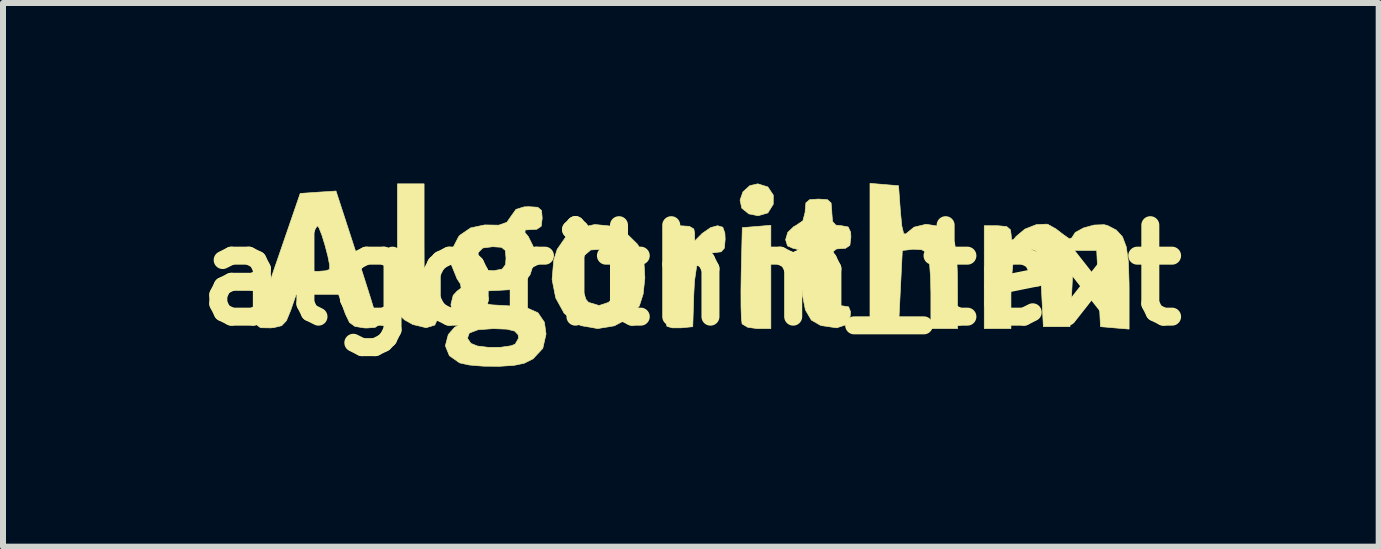
<source format=kicad_pcb>
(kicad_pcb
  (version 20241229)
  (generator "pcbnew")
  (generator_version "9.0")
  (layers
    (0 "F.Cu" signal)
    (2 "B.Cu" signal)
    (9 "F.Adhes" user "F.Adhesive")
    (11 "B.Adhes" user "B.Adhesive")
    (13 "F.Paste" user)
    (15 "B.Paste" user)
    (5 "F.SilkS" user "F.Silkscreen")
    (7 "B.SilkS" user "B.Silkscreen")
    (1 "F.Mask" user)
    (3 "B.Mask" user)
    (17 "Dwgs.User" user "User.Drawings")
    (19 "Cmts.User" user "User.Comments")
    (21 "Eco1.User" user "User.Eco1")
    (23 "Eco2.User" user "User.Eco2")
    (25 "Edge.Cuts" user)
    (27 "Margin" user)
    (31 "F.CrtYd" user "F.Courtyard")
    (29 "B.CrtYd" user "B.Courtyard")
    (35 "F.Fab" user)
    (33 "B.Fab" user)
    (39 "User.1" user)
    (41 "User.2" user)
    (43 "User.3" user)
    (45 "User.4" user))
  (footprint "algorithm_text"
    (layer "F.Cu")
    (at 8.462 1.537)
    (property "Reference" "algorithm_text" (at 0 0 0) (layer "F.SilkS") (effects (font (size 1.524 1.524) (thickness 0.3))))
    (attr through_hole)
    (fp_poly (pts (xy 1.283 -1.472) (xy 1.374 -1.336) (xy 1.373 -1.183) (xy 1.283 -1.039) (xy 1.122 -0.992) (xy 0.966 -1.023) (xy 0.849 -1.118) (xy 0.82 -1.252) (xy 0.868 -1.39) (xy 0.982 -1.493) (xy 1.116 -1.524) (xy 1.283 -1.472)) (stroke (width 0.01) (type solid)) (fill yes) (layer "F.SilkS"))
    (fp_poly (pts (xy 1.333 0.889) (xy 1.109 0.889) (xy 0.948 0.867) (xy 0.857 0.813) (xy 0.853 0.806) (xy 0.842 0.713) (xy 0.836 0.521) (xy 0.835 0.258) (xy 0.839 -0.035) (xy 0.857 -0.794) (xy 1.095 -0.813) (xy 1.333 -0.833) (xy 1.333 0.889)) (stroke (width 0.01) (type solid)) (fill yes) (layer "F.SilkS"))
    (fp_poly (pts (xy -4.445 -0.534) (xy -4.444 -0.159) (xy -4.44 0.108) (xy -4.43 0.287) (xy -4.412 0.396) (xy -4.384 0.454) (xy -4.342 0.482) (xy -4.315 0.49) (xy -4.217 0.554) (xy -4.203 0.691) (xy -4.267 0.83) (xy -4.411 0.874) (xy -4.629 0.821) (xy -4.634 0.82) (xy -4.77 0.744) (xy -4.839 0.679) (xy -4.855 0.593) (xy -4.869 0.403) (xy -4.88 0.131) (xy -4.887 -0.2) (xy -4.889 -0.46) (xy -4.889 -1.524) (xy -4.445 -1.524) (xy -4.445 -0.534)) (stroke (width 0.01) (type solid)) (fill yes) (layer "F.SilkS"))
    (fp_poly (pts (xy 3.223 -1.512) (xy 3.461 -1.492) (xy 3.493 -1.048) (xy 3.516 -0.819) (xy 3.546 -0.695) (xy 3.578 -0.687) (xy 3.72 -0.802) (xy 3.92 -0.85) (xy 4.106 -0.821) (xy 4.242 -0.757) (xy 4.336 -0.669) (xy 4.395 -0.536) (xy 4.428 -0.334) (xy 4.441 -0.041) (xy 4.443 0.175) (xy 4.445 0.889) (xy 4 0.889) (xy 4 0.302) (xy 3.994 0.034) (xy 3.978 -0.191) (xy 3.957 -0.337) (xy 3.945 -0.37) (xy 3.846 -0.426) (xy 3.708 -0.434) (xy 3.524 -0.413) (xy 3.461 0.857) (xy 2.985 0.897) (xy 2.985 -1.532) (xy 3.223 -1.512)) (stroke (width 0.01) (type solid)) (fill yes) (layer "F.SilkS"))
    (fp_poly (pts (xy 0.532 -0.801) (xy 0.567 -0.704) (xy 0.572 -0.603) (xy 0.559 -0.452) (xy 0.505 -0.391) (xy 0.425 -0.381) (xy 0.267 -0.361) (xy 0.161 -0.289) (xy 0.096 -0.144) (xy 0.061 0.094) (xy 0.049 0.318) (xy 0.032 0.857) (xy -0.161 0.876) (xy -0.312 0.876) (xy -0.399 0.85) (xy -0.416 0.772) (xy -0.43 0.594) (xy -0.44 0.339) (xy -0.444 0.034) (xy -0.445 -0.011) (xy -0.445 -0.826) (xy -0.191 -0.826) (xy -0.024 -0.815) (xy 0.049 -0.772) (xy 0.064 -0.699) (xy 0.064 -0.572) (xy 0.191 -0.699) (xy 0.329 -0.794) (xy 0.445 -0.826) (xy 0.532 -0.801)) (stroke (width 0.01) (type solid)) (fill yes) (layer "F.SilkS"))
    (fp_poly (pts (xy -1.332 -0.819) (xy -1.086 -0.71) (xy -0.891 -0.519) (xy -0.842 -0.438) (xy -0.782 -0.227) (xy -0.766 0.043) (xy -0.795 0.314) (xy -0.858 0.51) (xy -1.029 0.712) (xy -1.273 0.842) (xy -1.552 0.888) (xy -1.828 0.84) (xy -1.899 0.809) (xy -2.111 0.633) (xy -2.252 0.377) (xy -2.312 0.072) (xy -2.31 0.045) (xy -1.827 0.045) (xy -1.8 0.248) (xy -1.747 0.403) (xy -1.706 0.451) (xy -1.531 0.504) (xy -1.374 0.453) (xy -1.338 0.418) (xy -1.297 0.299) (xy -1.28 0.094) (xy -1.283 -0.042) (xy -1.297 -0.25) (xy -1.323 -0.362) (xy -1.38 -0.412) (xy -1.486 -0.431) (xy -1.504 -0.432) (xy -1.668 -0.422) (xy -1.767 -0.337) (xy -1.781 -0.312) (xy -1.822 -0.158) (xy -1.827 0.045) (xy -2.31 0.045) (xy -2.285 -0.251) (xy -2.228 -0.431) (xy -2.076 -0.651) (xy -1.857 -0.79) (xy -1.599 -0.846) (xy -1.332 -0.819)) (stroke (width 0.01) (type solid)) (fill yes) (layer "F.SilkS"))
    (fp_poly (pts (xy 5.953 -0.846) (xy 6.081 -0.775) (xy 6.207 -0.678) (xy 6.309 -0.607) (xy 6.35 -0.624) (xy 6.35 -0.627) (xy 6.406 -0.714) (xy 6.544 -0.789) (xy 6.719 -0.837) (xy 6.886 -0.843) (xy 6.944 -0.829) (xy 7.09 -0.753) (xy 7.192 -0.642) (xy 7.256 -0.473) (xy 7.291 -0.225) (xy 7.302 0.124) (xy 7.303 0.208) (xy 7.303 0.897) (xy 6.826 0.857) (xy 6.763 -0.413) (xy 6.382 -0.413) (xy 6.318 0.857) (xy 5.874 0.857) (xy 5.842 0.222) (xy 5.826 -0.066) (xy 5.809 -0.252) (xy 5.783 -0.359) (xy 5.742 -0.41) (xy 5.679 -0.431) (xy 5.655 -0.435) (xy 5.518 -0.426) (xy 5.424 -0.346) (xy 5.366 -0.179) (xy 5.339 0.089) (xy 5.334 0.33) (xy 5.334 0.889) (xy 4.889 0.889) (xy 4.889 -0.826) (xy 5.112 -0.826) (xy 5.263 -0.812) (xy 5.326 -0.758) (xy 5.336 -0.683) (xy 5.345 -0.585) (xy 5.385 -0.604) (xy 5.421 -0.648) (xy 5.566 -0.769) (xy 5.757 -0.844) (xy 5.931 -0.852) (xy 5.953 -0.846)) (stroke (width 0.01) (type solid)) (fill yes) (layer "F.SilkS"))
    (fp_poly (pts (xy -5.56 -0.318) (xy -5.447 0.034) (xy -5.348 0.346) (xy -5.271 0.597) (xy -5.222 0.767) (xy -5.207 0.832) (xy -5.263 0.869) (xy -5.402 0.879) (xy -5.445 0.877) (xy -5.598 0.852) (xy -5.688 0.787) (xy -5.756 0.646) (xy -5.777 0.587) (xy -5.87 0.318) (xy -6.576 0.318) (xy -6.669 0.587) (xy -6.739 0.757) (xy -6.818 0.84) (xy -6.949 0.872) (xy -7.001 0.877) (xy -7.171 0.874) (xy -7.234 0.827) (xy -7.235 0.813) (xy -7.213 0.729) (xy -7.157 0.545) (xy -7.072 0.284) (xy -6.967 -0.033) (xy -6.929 -0.144) (xy -6.43 -0.144) (xy -6.426 -0.097) (xy -6.344 -0.072) (xy -6.223 -0.064) (xy -6.085 -0.075) (xy -6.02 -0.097) (xy -6.019 -0.169) (xy -6.048 -0.316) (xy -6.095 -0.496) (xy -6.148 -0.669) (xy -6.197 -0.792) (xy -6.223 -0.825) (xy -6.259 -0.77) (xy -6.31 -0.632) (xy -6.363 -0.454) (xy -6.407 -0.277) (xy -6.43 -0.144) (xy -6.929 -0.144) (xy -6.869 -0.318) (xy -6.509 -1.365) (xy -5.913 -1.404) (xy -5.56 -0.318)) (stroke (width 0.01) (type solid)) (fill yes) (layer "F.SilkS"))
    (fp_poly (pts (xy 2.276 -1.26) (xy 2.337 -1.205) (xy 2.349 -1.065) (xy 2.349 -1.048) (xy 2.361 -0.897) (xy 2.415 -0.836) (xy 2.508 -0.826) (xy 2.622 -0.805) (xy 2.663 -0.718) (xy 2.667 -0.635) (xy 2.65 -0.499) (xy 2.577 -0.449) (xy 2.508 -0.445) (xy 2.428 -0.439) (xy 2.38 -0.403) (xy 2.357 -0.311) (xy 2.35 -0.136) (xy 2.349 0.032) (xy 2.351 0.274) (xy 2.363 0.416) (xy 2.394 0.484) (xy 2.453 0.506) (xy 2.512 0.508) (xy 2.629 0.526) (xy 2.661 0.608) (xy 2.655 0.683) (xy 2.589 0.823) (xy 2.431 0.876) (xy 2.182 0.84) (xy 2.16 0.834) (xy 2.008 0.747) (xy 1.909 0.578) (xy 1.856 0.314) (xy 1.842 0.016) (xy 1.839 -0.223) (xy 1.824 -0.361) (xy 1.79 -0.426) (xy 1.731 -0.444) (xy 1.714 -0.445) (xy 1.611 -0.489) (xy 1.579 -0.593) (xy 1.615 -0.715) (xy 1.716 -0.812) (xy 1.746 -0.826) (xy 1.867 -0.908) (xy 1.905 -1.055) (xy 1.905 -1.078) (xy 1.917 -1.207) (xy 1.98 -1.26) (xy 2.127 -1.27) (xy 2.276 -1.26)) (stroke (width 0.01) (type solid)) (fill yes) (layer "F.SilkS"))
    (fp_poly (pts (xy -2.55 -1.133) (xy -2.488 -1.079) (xy -2.477 -0.953) (xy -2.493 -0.817) (xy -2.566 -0.767) (xy -2.645 -0.762) (xy -2.76 -0.755) (xy -2.765 -0.713) (xy -2.709 -0.646) (xy -2.617 -0.46) (xy -2.608 -0.231) (xy -2.679 -0.01) (xy -2.759 0.098) (xy -2.882 0.194) (xy -3.03 0.241) (xy -3.252 0.254) (xy -3.264 0.254) (xy -3.463 0.264) (xy -3.606 0.29) (xy -3.649 0.314) (xy -3.639 0.39) (xy -3.522 0.452) (xy -3.317 0.493) (xy -3.052 0.508) (xy -2.748 0.536) (xy -2.548 0.625) (xy -2.44 0.783) (xy -2.413 0.98) (xy -2.467 1.218) (xy -2.629 1.392) (xy -2.776 1.466) (xy -2.946 1.501) (xy -3.189 1.517) (xy -3.456 1.515) (xy -3.696 1.495) (xy -3.853 1.46) (xy -4.024 1.34) (xy -4.091 1.175) (xy -4.058 1.05) (xy -3.723 1.05) (xy -3.665 1.135) (xy -3.556 1.179) (xy -3.374 1.201) (xy -3.17 1.2) (xy -2.996 1.175) (xy -2.928 1.148) (xy -2.871 1.05) (xy -2.878 0.991) (xy -2.936 0.93) (xy -3.066 0.898) (xy -3.293 0.889) (xy -3.547 0.908) (xy -3.692 0.963) (xy -3.723 1.05) (xy -4.058 1.05) (xy -4.043 0.993) (xy -4.035 0.98) (xy -3.937 0.867) (xy -3.856 0.824) (xy -3.837 0.798) (xy -3.889 0.757) (xy -3.975 0.645) (xy -3.998 0.485) (xy -3.96 0.334) (xy -3.896 0.265) (xy -3.828 0.213) (xy -3.839 0.145) (xy -3.896 0.058) (xy -3.991 -0.176) (xy -3.984 -0.361) (xy -3.545 -0.361) (xy -3.543 -0.181) (xy -3.45 -0.088) (xy -3.287 -0.075) (xy -3.143 -0.104) (xy -3.088 -0.178) (xy -3.08 -0.286) (xy -3.092 -0.414) (xy -3.155 -0.466) (xy -3.301 -0.476) (xy -3.466 -0.455) (xy -3.539 -0.384) (xy -3.545 -0.361) (xy -3.984 -0.361) (xy -3.982 -0.424) (xy -3.871 -0.641) (xy -3.845 -0.67) (xy -3.668 -0.79) (xy -3.435 -0.839) (xy -3.201 -0.835) (xy -3.066 -0.883) (xy -2.996 -0.983) (xy -2.914 -1.098) (xy -2.777 -1.14) (xy -2.7 -1.143) (xy -2.55 -1.133)) (stroke (width 0.01) (type solid)) (fill yes) (layer "F.SilkS")))
  (gr_rect
    (start -3 -3)
    (end 19.924 6.059)
    (stroke (width 0.1) (type default))
    (fill no)
    (layer "Edge.Cuts")))
</source>
